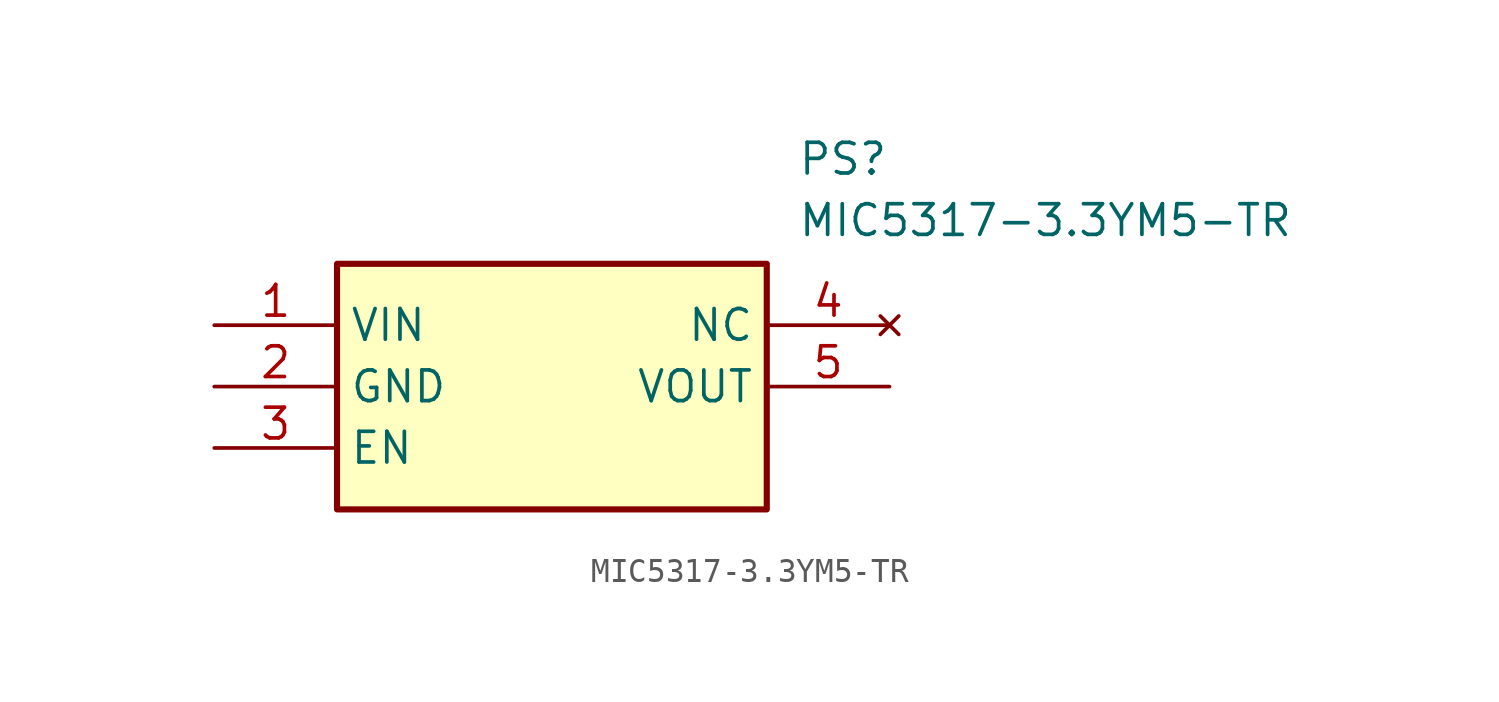
<source format=kicad_sym>
(kicad_symbol_lib
  (version 20211014)
  (generator SamacSys_ECAD_Model)
  (symbol "MIC5317-3.3YM5-TR"
    (property "Reference" "PS"
      (at 24.13 7.62 0)
      (effects (font (size 1.27 1.27)) (justify left top)))
    (property "Value" "MIC5317-3.3YM5-TR"
      (at 24.13 5.08 0)
      (effects (font (size 1.27 1.27)) (justify left top)))
    (rectangle
      (start 5.08 2.54)
      (end 22.86 -7.62)
      (stroke (width 0.254) (type default))
      (fill (type background)))
    (pin passive line
      (at 0 0 0)
      (length 5.08)
      (name "VIN" (effects (font (size 1.27 1.27))))
      (number "1" (effects (font (size 1.27 1.27)))))
    (pin passive line
      (at 0 -2.54 0)
      (length 5.08)
      (name "GND" (effects (font (size 1.27 1.27))))
      (number "2" (effects (font (size 1.27 1.27)))))
    (pin passive line
      (at 0 -5.08 0)
      (length 5.08)
      (name "EN" (effects (font (size 1.27 1.27))))
      (number "3" (effects (font (size 1.27 1.27)))))
    (pin no_connect line
      (at 27.94 0 180)
      (length 5.08)
      (name "NC" (effects (font (size 1.27 1.27))))
      (number "4" (effects (font (size 1.27 1.27)))))
    (pin passive line
      (at 27.94 -2.54 180)
      (length 5.08)
      (name "VOUT" (effects (font (size 1.27 1.27))))
      (number "5" (effects (font (size 1.27 1.27)))))))
</source>
